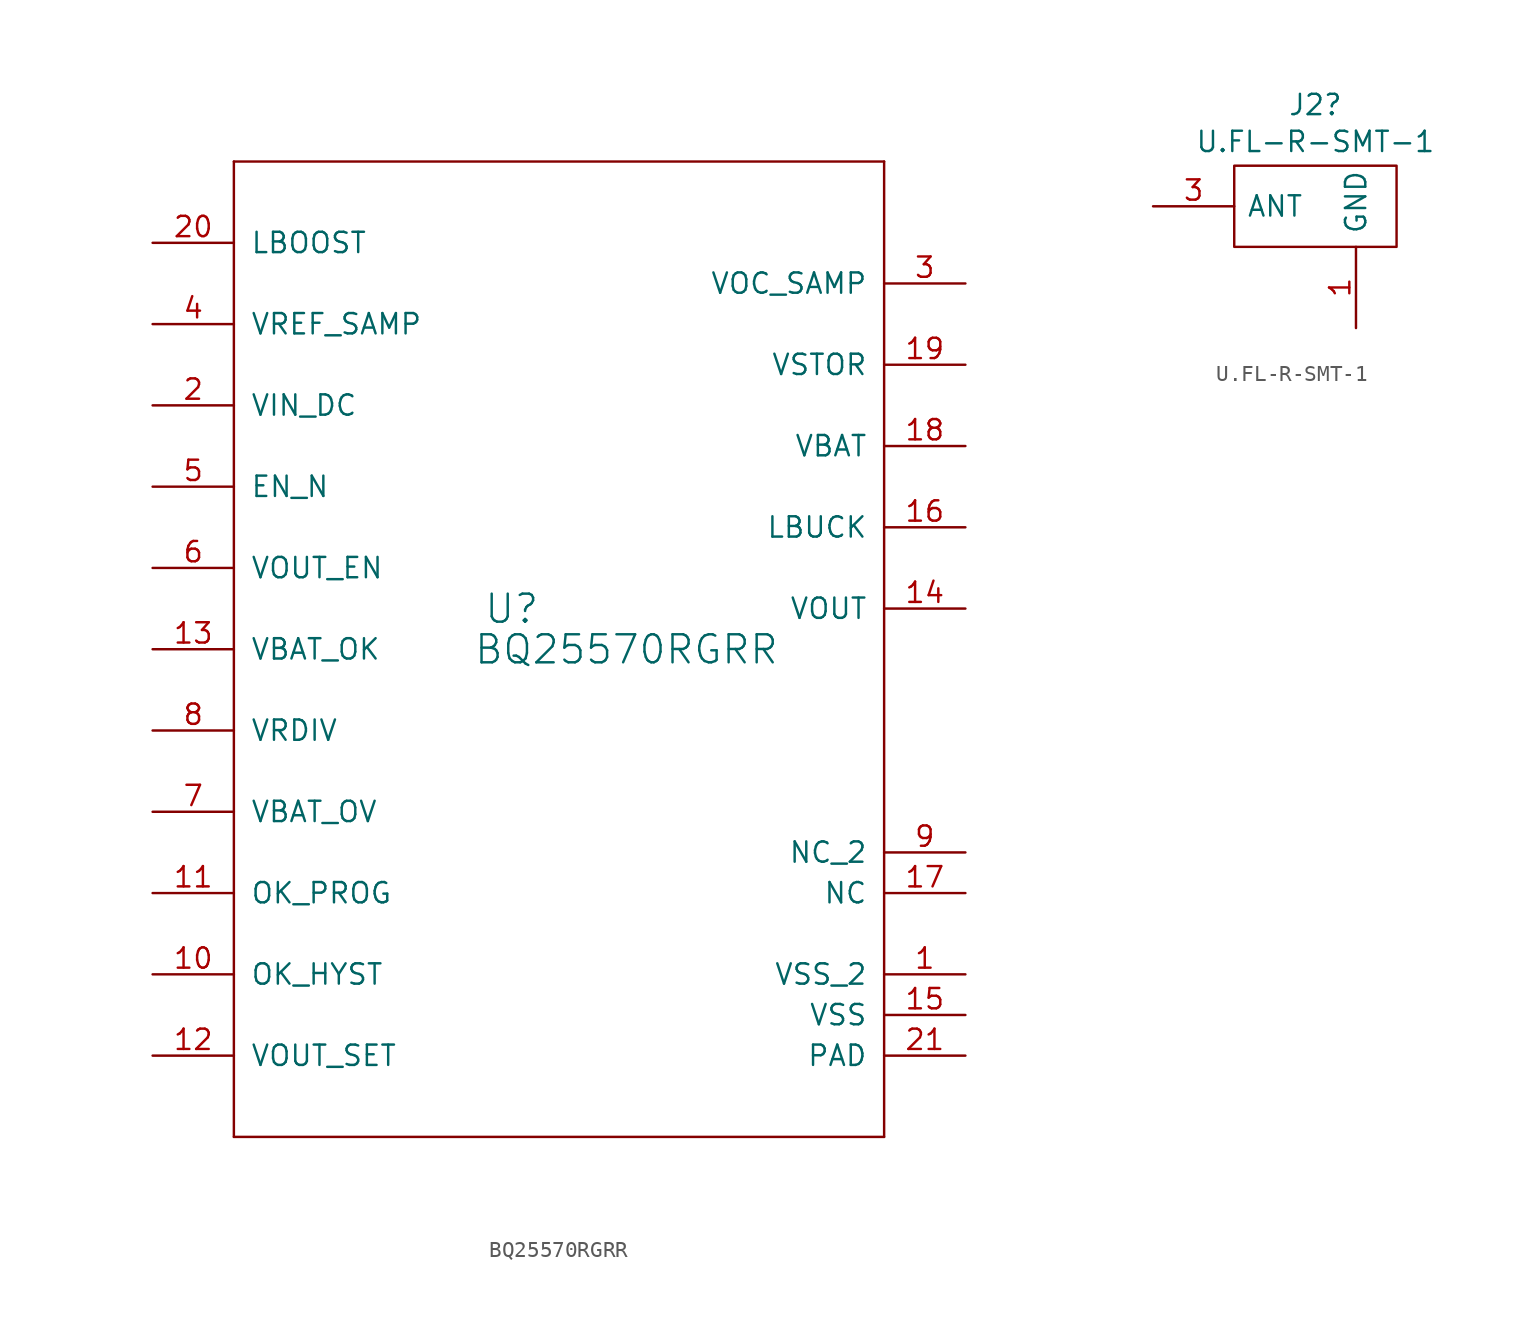
<source format=kicad_sym>
(kicad_symbol_lib
  (version 20211014)
  (generator kicad_symbol_editor)
  (symbol "BQ25570RGRR"
    (pin_names
      (offset 1.016))
    (property "Reference" "U"
      (at -4.724 1.499 0)
      (effects (font (size 1.753 1.753)) (justify left bottom)))
    (property "Value" "BQ25570RGRR"
      (at -5.359 -1.041 0)
      (effects (font (size 1.753 1.753)) (justify left bottom)))
    (symbol "BQ25570RGRR_1_0"
      (polyline (pts (xy -20.32 -30.48) (xy 20.32 -30.48)) (stroke (width 0) (type default) (color 0 0 0 0)) (fill (type none)))
      (polyline (pts (xy -20.32 30.48) (xy -20.32 -30.48)) (stroke (width 0) (type default) (color 0 0 0 0)) (fill (type none)))
      (polyline (pts (xy 20.32 -30.48) (xy 20.32 30.48)) (stroke (width 0) (type default) (color 0 0 0 0)) (fill (type none)))
      (polyline (pts (xy 20.32 30.48) (xy -20.32 30.48)) (stroke (width 0) (type default) (color 0 0 0 0)) (fill (type none)))
      (pin power_in line (at 25.4 -20.32 180) (length 5.08) (name "VSS_2" (effects (font (size 1.27 1.27)))) (number "1" (effects (font (size 1.27 1.27)))))
      (pin input line (at -25.4 -20.32 0) (length 5.08) (name "OK_HYST" (effects (font (size 1.27 1.27)))) (number "10" (effects (font (size 1.27 1.27)))))
      (pin input line (at -25.4 -15.24 0) (length 5.08) (name "OK_PROG" (effects (font (size 1.27 1.27)))) (number "11" (effects (font (size 1.27 1.27)))))
      (pin input line (at -25.4 -25.4 0) (length 5.08) (name "VOUT_SET" (effects (font (size 1.27 1.27)))) (number "12" (effects (font (size 1.27 1.27)))))
      (pin output line (at -25.4 0 0) (length 5.08) (name "VBAT_OK" (effects (font (size 1.27 1.27)))) (number "13" (effects (font (size 1.27 1.27)))))
      (pin power_in line (at 25.4 2.54 180) (length 5.08) (name "VOUT" (effects (font (size 1.27 1.27)))) (number "14" (effects (font (size 1.27 1.27)))))
      (pin power_in line (at 25.4 -22.86 180) (length 5.08) (name "VSS" (effects (font (size 1.27 1.27)))) (number "15" (effects (font (size 1.27 1.27)))))
      (pin passive line (at 25.4 7.62 180) (length 5.08) (name "LBUCK" (effects (font (size 1.27 1.27)))) (number "16" (effects (font (size 1.27 1.27)))))
      (pin passive line (at 25.4 -15.24 180) (length 5.08) (name "NC" (effects (font (size 1.27 1.27)))) (number "17" (effects (font (size 1.27 1.27)))))
      (pin bidirectional line (at 25.4 12.7 180) (length 5.08) (name "VBAT" (effects (font (size 1.27 1.27)))) (number "18" (effects (font (size 1.27 1.27)))))
      (pin power_in line (at 25.4 17.78 180) (length 5.08) (name "VSTOR" (effects (font (size 1.27 1.27)))) (number "19" (effects (font (size 1.27 1.27)))))
      (pin power_in line (at -25.4 15.24 0) (length 5.08) (name "VIN_DC" (effects (font (size 1.27 1.27)))) (number "2" (effects (font (size 1.27 1.27)))))
      (pin input line (at -25.4 25.4 0) (length 5.08) (name "LBOOST" (effects (font (size 1.27 1.27)))) (number "20" (effects (font (size 1.27 1.27)))))
      (pin power_in line (at 25.4 -25.4 180) (length 5.08) (name "PAD" (effects (font (size 1.27 1.27)))) (number "21" (effects (font (size 1.27 1.27)))))
      (pin input line (at 25.4 22.86 180) (length 5.08) (name "VOC_SAMP" (effects (font (size 1.27 1.27)))) (number "3" (effects (font (size 1.27 1.27)))))
      (pin input line (at -25.4 20.32 0) (length 5.08) (name "VREF_SAMP" (effects (font (size 1.27 1.27)))) (number "4" (effects (font (size 1.27 1.27)))))
      (pin input line (at -25.4 10.16 0) (length 5.08) (name "EN_N" (effects (font (size 1.27 1.27)))) (number "5" (effects (font (size 1.27 1.27)))))
      (pin input line (at -25.4 5.08 0) (length 5.08) (name "VOUT_EN" (effects (font (size 1.27 1.27)))) (number "6" (effects (font (size 1.27 1.27)))))
      (pin input line (at -25.4 -10.16 0) (length 5.08) (name "VBAT_OV" (effects (font (size 1.27 1.27)))) (number "7" (effects (font (size 1.27 1.27)))))
      (pin output line (at -25.4 -5.08 0) (length 5.08) (name "VRDIV" (effects (font (size 1.27 1.27)))) (number "8" (effects (font (size 1.27 1.27)))))
      (pin power_in line (at 25.4 -12.7 180) (length 5.08) (name "NC_2" (effects (font (size 1.27 1.27)))) (number "9" (effects (font (size 1.27 1.27)))))))
  (symbol "U.FL-R-SMT-1"
    (pin_names
      (offset 0.762))
    (property "Reference" "J2"
      (at 0 6.35 0)
      (effects (font (size 1.27 1.27))))
    (property "Value" "U.FL-R-SMT-1"
      (at 0 4.039 0)
      (effects (font (size 1.27 1.27))))
    (symbol "U.FL-R-SMT-1_0_0"
      (pin unspecified line (at 2.54 -7.62 90) (length 5.08) (name "GND" (effects (font (size 1.27 1.27)))) (number "1" (effects (font (size 1.27 1.27)))))
      (pin unspecified line (at 2.54 -7.62 90) (length 5.08) hide (name "2" (effects (font (size 1.27 1.27)))) (number "2" (effects (font (size 1.27 1.27)))))
      (pin unspecified line (at -10.16 0 0) (length 5.08) (name "ANT" (effects (font (size 1.27 1.27)))) (number "3" (effects (font (size 1.27 1.27))))))
    (symbol "U.FL-R-SMT-1_0_1"
      (polyline (pts (xy -5.08 2.54) (xy 5.08 2.54) (xy 5.08 -2.54) (xy -5.08 -2.54) (xy -5.08 2.54)) (stroke (width 0.152) (type default) (color 0 0 0 0)) (fill (type none))))))
</source>
